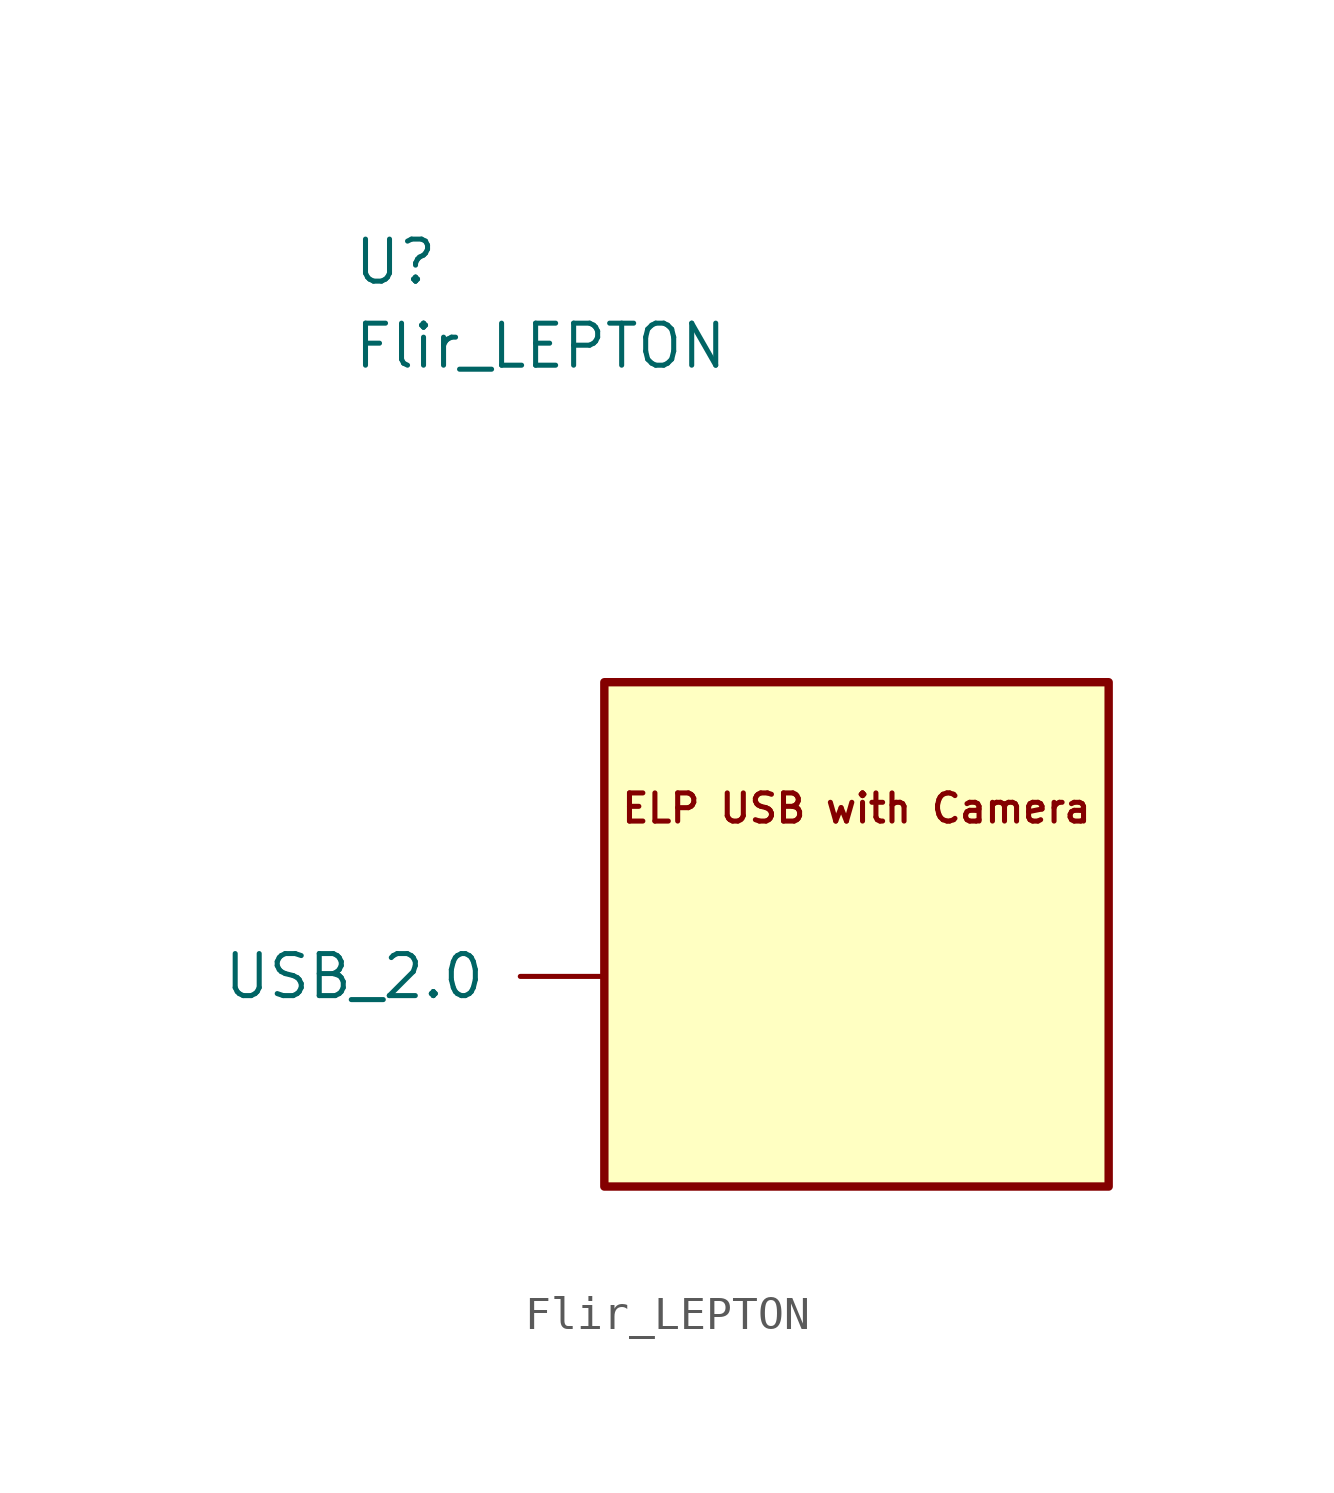
<source format=kicad_sym>
(kicad_symbol_lib
  (version 20220914)
  (generator kicad_symbol_editor)
  (symbol "Flir_LEPTON"
    (pin_names
      (offset 1.016))
    (property "Reference" "U"
      (at -15.24 21.59 0)
      (effects (font (size 1.27 1.27)) (justify left)))
    (property "Value" "Flir_LEPTON"
      (at -15.24 19.05 0)
      (effects (font (size 1.27 1.27)) (justify left)))
    (symbol "Flir_LEPTON_0_1"
      (rectangle (start -7.62 8.89) (end 7.62 -6.35) (stroke (width 0.254) (type default)) (fill (type background))))
    (symbol "Flir_LEPTON_1_1"
      (text "ELP USB with Camera\n" (at 0 5.08 0) (effects (font (size 0.85 0.85))))
      (pin output line (at -7.62 0 180) (length 2.54) (name "USB_2.0" (effects (font (size 1.27 1.27)))) (number "" (effects (font (size 1.27 1.27))))))))
</source>
